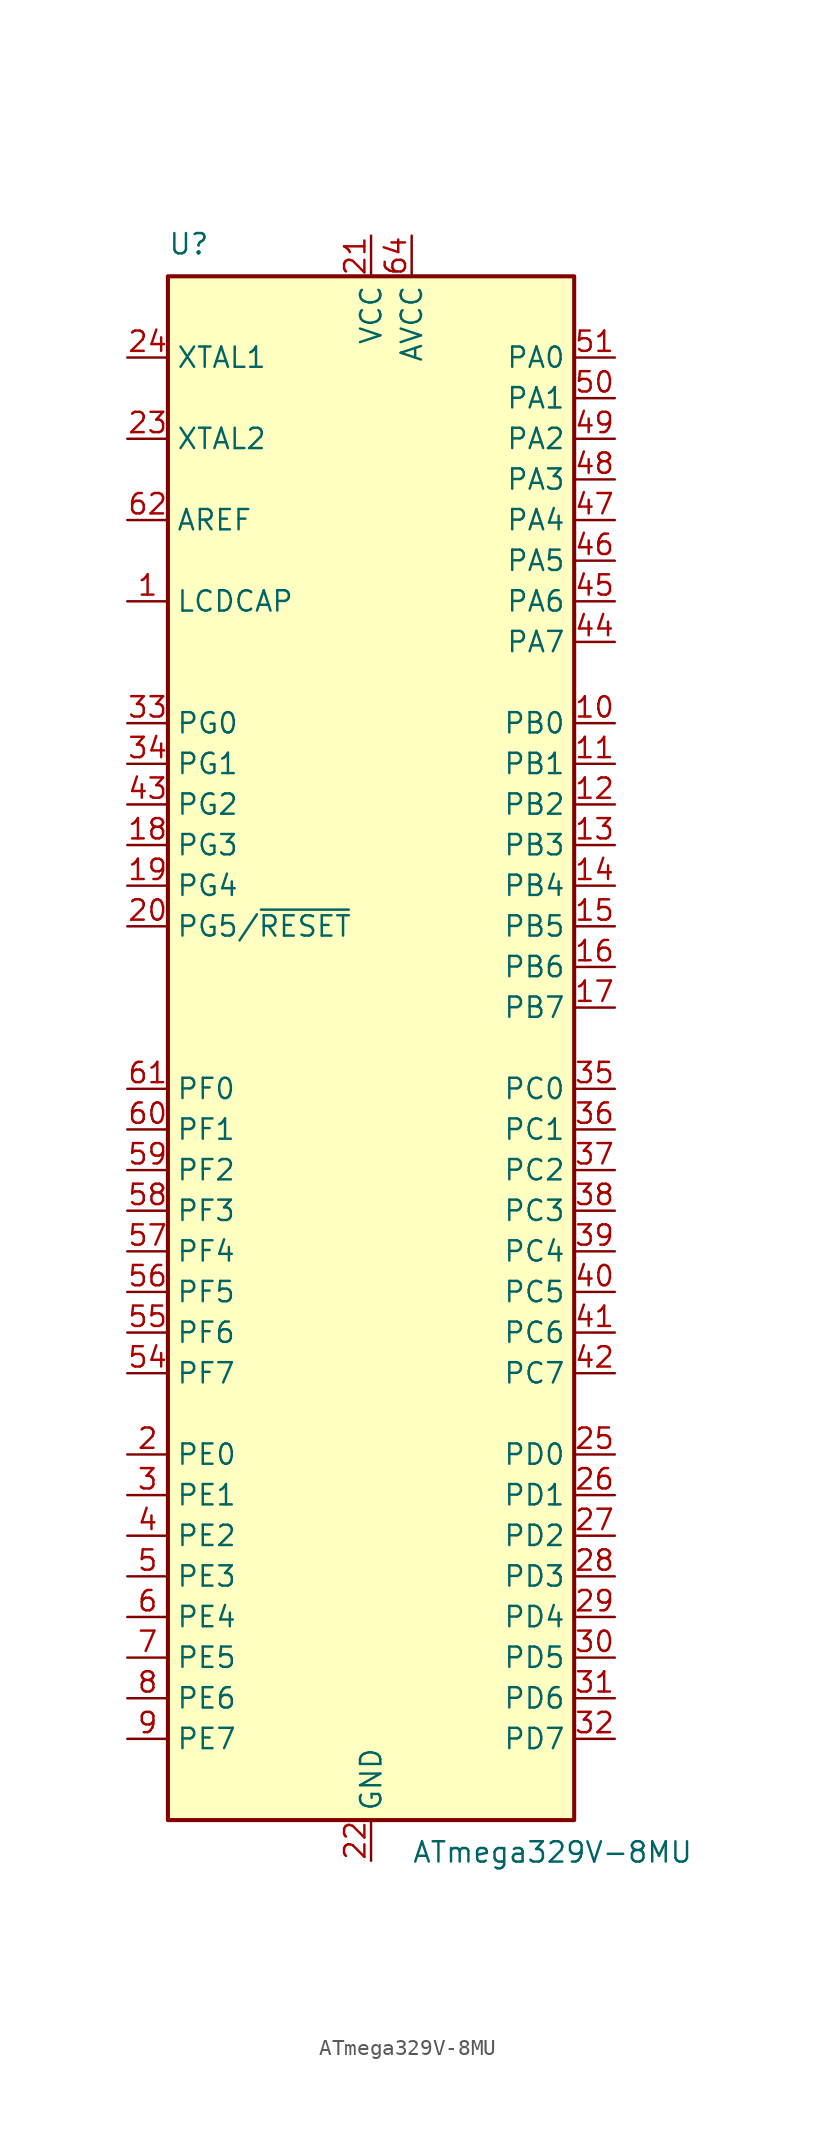
<source format=kicad_sym>
(kicad_symbol_lib
  (version 20201005)
  (generator kicad_symbol_editor)
  (symbol "ATmega329V-8MU"
    (property "Reference" "U"
      (at -12.7 49.53 0)
      (effects (font (size 1.27 1.27)) (justify left bottom)))
    (property "Value" "ATmega329V-8MU"
      (at 2.54 -49.53 0)
      (effects (font (size 1.27 1.27)) (justify left top)))
    (symbol "ATmega329V-8MU_0_1"
      (rectangle (start -12.7 -48.26) (end 12.7 48.26) (stroke (width 0.254)) (fill (type background))))
    (symbol "ATmega329V-8MU_1_1"
      (pin passive line (at -15.24 27.94 0) (length 2.54) (name "LCDCAP" (effects (font (size 1.27 1.27)))) (number "1" (effects (font (size 1.27 1.27)))))
      (pin tri_state line (at 15.24 20.32 180) (length 2.54) (name "PB0" (effects (font (size 1.27 1.27)))) (number "10" (effects (font (size 1.27 1.27)))))
      (pin tri_state line (at 15.24 17.78 180) (length 2.54) (name "PB1" (effects (font (size 1.27 1.27)))) (number "11" (effects (font (size 1.27 1.27)))))
      (pin tri_state line (at 15.24 15.24 180) (length 2.54) (name "PB2" (effects (font (size 1.27 1.27)))) (number "12" (effects (font (size 1.27 1.27)))))
      (pin tri_state line (at 15.24 12.7 180) (length 2.54) (name "PB3" (effects (font (size 1.27 1.27)))) (number "13" (effects (font (size 1.27 1.27)))))
      (pin tri_state line (at 15.24 10.16 180) (length 2.54) (name "PB4" (effects (font (size 1.27 1.27)))) (number "14" (effects (font (size 1.27 1.27)))))
      (pin tri_state line (at 15.24 7.62 180) (length 2.54) (name "PB5" (effects (font (size 1.27 1.27)))) (number "15" (effects (font (size 1.27 1.27)))))
      (pin tri_state line (at 15.24 5.08 180) (length 2.54) (name "PB6" (effects (font (size 1.27 1.27)))) (number "16" (effects (font (size 1.27 1.27)))))
      (pin tri_state line (at 15.24 2.54 180) (length 2.54) (name "PB7" (effects (font (size 1.27 1.27)))) (number "17" (effects (font (size 1.27 1.27)))))
      (pin tri_state line (at -15.24 12.7 0) (length 2.54) (name "PG3" (effects (font (size 1.27 1.27)))) (number "18" (effects (font (size 1.27 1.27)))))
      (pin tri_state line (at -15.24 10.16 0) (length 2.54) (name "PG4" (effects (font (size 1.27 1.27)))) (number "19" (effects (font (size 1.27 1.27)))))
      (pin tri_state line (at -15.24 -25.4 0) (length 2.54) (name "PE0" (effects (font (size 1.27 1.27)))) (number "2" (effects (font (size 1.27 1.27)))))
      (pin tri_state line (at -15.24 7.62 0) (length 2.54) (name "PG5/~RESET" (effects (font (size 1.27 1.27)))) (number "20" (effects (font (size 1.27 1.27)))))
      (pin power_in line (at 0 50.8 270) (length 2.54) (name "VCC" (effects (font (size 1.27 1.27)))) (number "21" (effects (font (size 1.27 1.27)))))
      (pin power_in line (at 0 -50.8 90) (length 2.54) (name "GND" (effects (font (size 1.27 1.27)))) (number "22" (effects (font (size 1.27 1.27)))))
      (pin output line (at -15.24 38.1 0) (length 2.54) (name "XTAL2" (effects (font (size 1.27 1.27)))) (number "23" (effects (font (size 1.27 1.27)))))
      (pin input line (at -15.24 43.18 0) (length 2.54) (name "XTAL1" (effects (font (size 1.27 1.27)))) (number "24" (effects (font (size 1.27 1.27)))))
      (pin tri_state line (at 15.24 -25.4 180) (length 2.54) (name "PD0" (effects (font (size 1.27 1.27)))) (number "25" (effects (font (size 1.27 1.27)))))
      (pin tri_state line (at 15.24 -27.94 180) (length 2.54) (name "PD1" (effects (font (size 1.27 1.27)))) (number "26" (effects (font (size 1.27 1.27)))))
      (pin tri_state line (at 15.24 -30.48 180) (length 2.54) (name "PD2" (effects (font (size 1.27 1.27)))) (number "27" (effects (font (size 1.27 1.27)))))
      (pin tri_state line (at 15.24 -33.02 180) (length 2.54) (name "PD3" (effects (font (size 1.27 1.27)))) (number "28" (effects (font (size 1.27 1.27)))))
      (pin tri_state line (at 15.24 -35.56 180) (length 2.54) (name "PD4" (effects (font (size 1.27 1.27)))) (number "29" (effects (font (size 1.27 1.27)))))
      (pin tri_state line (at -15.24 -27.94 0) (length 2.54) (name "PE1" (effects (font (size 1.27 1.27)))) (number "3" (effects (font (size 1.27 1.27)))))
      (pin tri_state line (at 15.24 -38.1 180) (length 2.54) (name "PD5" (effects (font (size 1.27 1.27)))) (number "30" (effects (font (size 1.27 1.27)))))
      (pin tri_state line (at 15.24 -40.64 180) (length 2.54) (name "PD6" (effects (font (size 1.27 1.27)))) (number "31" (effects (font (size 1.27 1.27)))))
      (pin tri_state line (at 15.24 -43.18 180) (length 2.54) (name "PD7" (effects (font (size 1.27 1.27)))) (number "32" (effects (font (size 1.27 1.27)))))
      (pin tri_state line (at -15.24 20.32 0) (length 2.54) (name "PG0" (effects (font (size 1.27 1.27)))) (number "33" (effects (font (size 1.27 1.27)))))
      (pin tri_state line (at -15.24 17.78 0) (length 2.54) (name "PG1" (effects (font (size 1.27 1.27)))) (number "34" (effects (font (size 1.27 1.27)))))
      (pin tri_state line (at 15.24 -2.54 180) (length 2.54) (name "PC0" (effects (font (size 1.27 1.27)))) (number "35" (effects (font (size 1.27 1.27)))))
      (pin tri_state line (at 15.24 -5.08 180) (length 2.54) (name "PC1" (effects (font (size 1.27 1.27)))) (number "36" (effects (font (size 1.27 1.27)))))
      (pin tri_state line (at 15.24 -7.62 180) (length 2.54) (name "PC2" (effects (font (size 1.27 1.27)))) (number "37" (effects (font (size 1.27 1.27)))))
      (pin tri_state line (at 15.24 -10.16 180) (length 2.54) (name "PC3" (effects (font (size 1.27 1.27)))) (number "38" (effects (font (size 1.27 1.27)))))
      (pin tri_state line (at 15.24 -12.7 180) (length 2.54) (name "PC4" (effects (font (size 1.27 1.27)))) (number "39" (effects (font (size 1.27 1.27)))))
      (pin tri_state line (at -15.24 -30.48 0) (length 2.54) (name "PE2" (effects (font (size 1.27 1.27)))) (number "4" (effects (font (size 1.27 1.27)))))
      (pin tri_state line (at 15.24 -15.24 180) (length 2.54) (name "PC5" (effects (font (size 1.27 1.27)))) (number "40" (effects (font (size 1.27 1.27)))))
      (pin tri_state line (at 15.24 -17.78 180) (length 2.54) (name "PC6" (effects (font (size 1.27 1.27)))) (number "41" (effects (font (size 1.27 1.27)))))
      (pin tri_state line (at 15.24 -20.32 180) (length 2.54) (name "PC7" (effects (font (size 1.27 1.27)))) (number "42" (effects (font (size 1.27 1.27)))))
      (pin tri_state line (at -15.24 15.24 0) (length 2.54) (name "PG2" (effects (font (size 1.27 1.27)))) (number "43" (effects (font (size 1.27 1.27)))))
      (pin tri_state line (at 15.24 25.4 180) (length 2.54) (name "PA7" (effects (font (size 1.27 1.27)))) (number "44" (effects (font (size 1.27 1.27)))))
      (pin tri_state line (at 15.24 27.94 180) (length 2.54) (name "PA6" (effects (font (size 1.27 1.27)))) (number "45" (effects (font (size 1.27 1.27)))))
      (pin tri_state line (at 15.24 30.48 180) (length 2.54) (name "PA5" (effects (font (size 1.27 1.27)))) (number "46" (effects (font (size 1.27 1.27)))))
      (pin tri_state line (at 15.24 33.02 180) (length 2.54) (name "PA4" (effects (font (size 1.27 1.27)))) (number "47" (effects (font (size 1.27 1.27)))))
      (pin tri_state line (at 15.24 35.56 180) (length 2.54) (name "PA3" (effects (font (size 1.27 1.27)))) (number "48" (effects (font (size 1.27 1.27)))))
      (pin tri_state line (at 15.24 38.1 180) (length 2.54) (name "PA2" (effects (font (size 1.27 1.27)))) (number "49" (effects (font (size 1.27 1.27)))))
      (pin tri_state line (at -15.24 -33.02 0) (length 2.54) (name "PE3" (effects (font (size 1.27 1.27)))) (number "5" (effects (font (size 1.27 1.27)))))
      (pin tri_state line (at 15.24 40.64 180) (length 2.54) (name "PA1" (effects (font (size 1.27 1.27)))) (number "50" (effects (font (size 1.27 1.27)))))
      (pin tri_state line (at 15.24 43.18 180) (length 2.54) (name "PA0" (effects (font (size 1.27 1.27)))) (number "51" (effects (font (size 1.27 1.27)))))
      (pin passive line (at 0 50.8 270) (length 2.54) hide (name "VCC" (effects (font (size 1.27 1.27)))) (number "52" (effects (font (size 1.27 1.27)))))
      (pin passive line (at 0 -50.8 90) (length 2.54) hide (name "GND" (effects (font (size 1.27 1.27)))) (number "53" (effects (font (size 1.27 1.27)))))
      (pin tri_state line (at -15.24 -20.32 0) (length 2.54) (name "PF7" (effects (font (size 1.27 1.27)))) (number "54" (effects (font (size 1.27 1.27)))))
      (pin tri_state line (at -15.24 -17.78 0) (length 2.54) (name "PF6" (effects (font (size 1.27 1.27)))) (number "55" (effects (font (size 1.27 1.27)))))
      (pin tri_state line (at -15.24 -15.24 0) (length 2.54) (name "PF5" (effects (font (size 1.27 1.27)))) (number "56" (effects (font (size 1.27 1.27)))))
      (pin tri_state line (at -15.24 -12.7 0) (length 2.54) (name "PF4" (effects (font (size 1.27 1.27)))) (number "57" (effects (font (size 1.27 1.27)))))
      (pin tri_state line (at -15.24 -10.16 0) (length 2.54) (name "PF3" (effects (font (size 1.27 1.27)))) (number "58" (effects (font (size 1.27 1.27)))))
      (pin tri_state line (at -15.24 -7.62 0) (length 2.54) (name "PF2" (effects (font (size 1.27 1.27)))) (number "59" (effects (font (size 1.27 1.27)))))
      (pin tri_state line (at -15.24 -35.56 0) (length 2.54) (name "PE4" (effects (font (size 1.27 1.27)))) (number "6" (effects (font (size 1.27 1.27)))))
      (pin tri_state line (at -15.24 -5.08 0) (length 2.54) (name "PF1" (effects (font (size 1.27 1.27)))) (number "60" (effects (font (size 1.27 1.27)))))
      (pin tri_state line (at -15.24 -2.54 0) (length 2.54) (name "PF0" (effects (font (size 1.27 1.27)))) (number "61" (effects (font (size 1.27 1.27)))))
      (pin passive line (at -15.24 33.02 0) (length 2.54) (name "AREF" (effects (font (size 1.27 1.27)))) (number "62" (effects (font (size 1.27 1.27)))))
      (pin passive line (at 0 -50.8 90) (length 2.54) hide (name "GND" (effects (font (size 1.27 1.27)))) (number "63" (effects (font (size 1.27 1.27)))))
      (pin power_in line (at 2.54 50.8 270) (length 2.54) (name "AVCC" (effects (font (size 1.27 1.27)))) (number "64" (effects (font (size 1.27 1.27)))))
      (pin passive line (at 0 -50.8 90) (length 2.54) hide (name "GND" (effects (font (size 1.27 1.27)))) (number "65" (effects (font (size 1.27 1.27)))))
      (pin tri_state line (at -15.24 -38.1 0) (length 2.54) (name "PE5" (effects (font (size 1.27 1.27)))) (number "7" (effects (font (size 1.27 1.27)))))
      (pin tri_state line (at -15.24 -40.64 0) (length 2.54) (name "PE6" (effects (font (size 1.27 1.27)))) (number "8" (effects (font (size 1.27 1.27)))))
      (pin tri_state line (at -15.24 -43.18 0) (length 2.54) (name "PE7" (effects (font (size 1.27 1.27)))) (number "9" (effects (font (size 1.27 1.27))))))))
</source>
